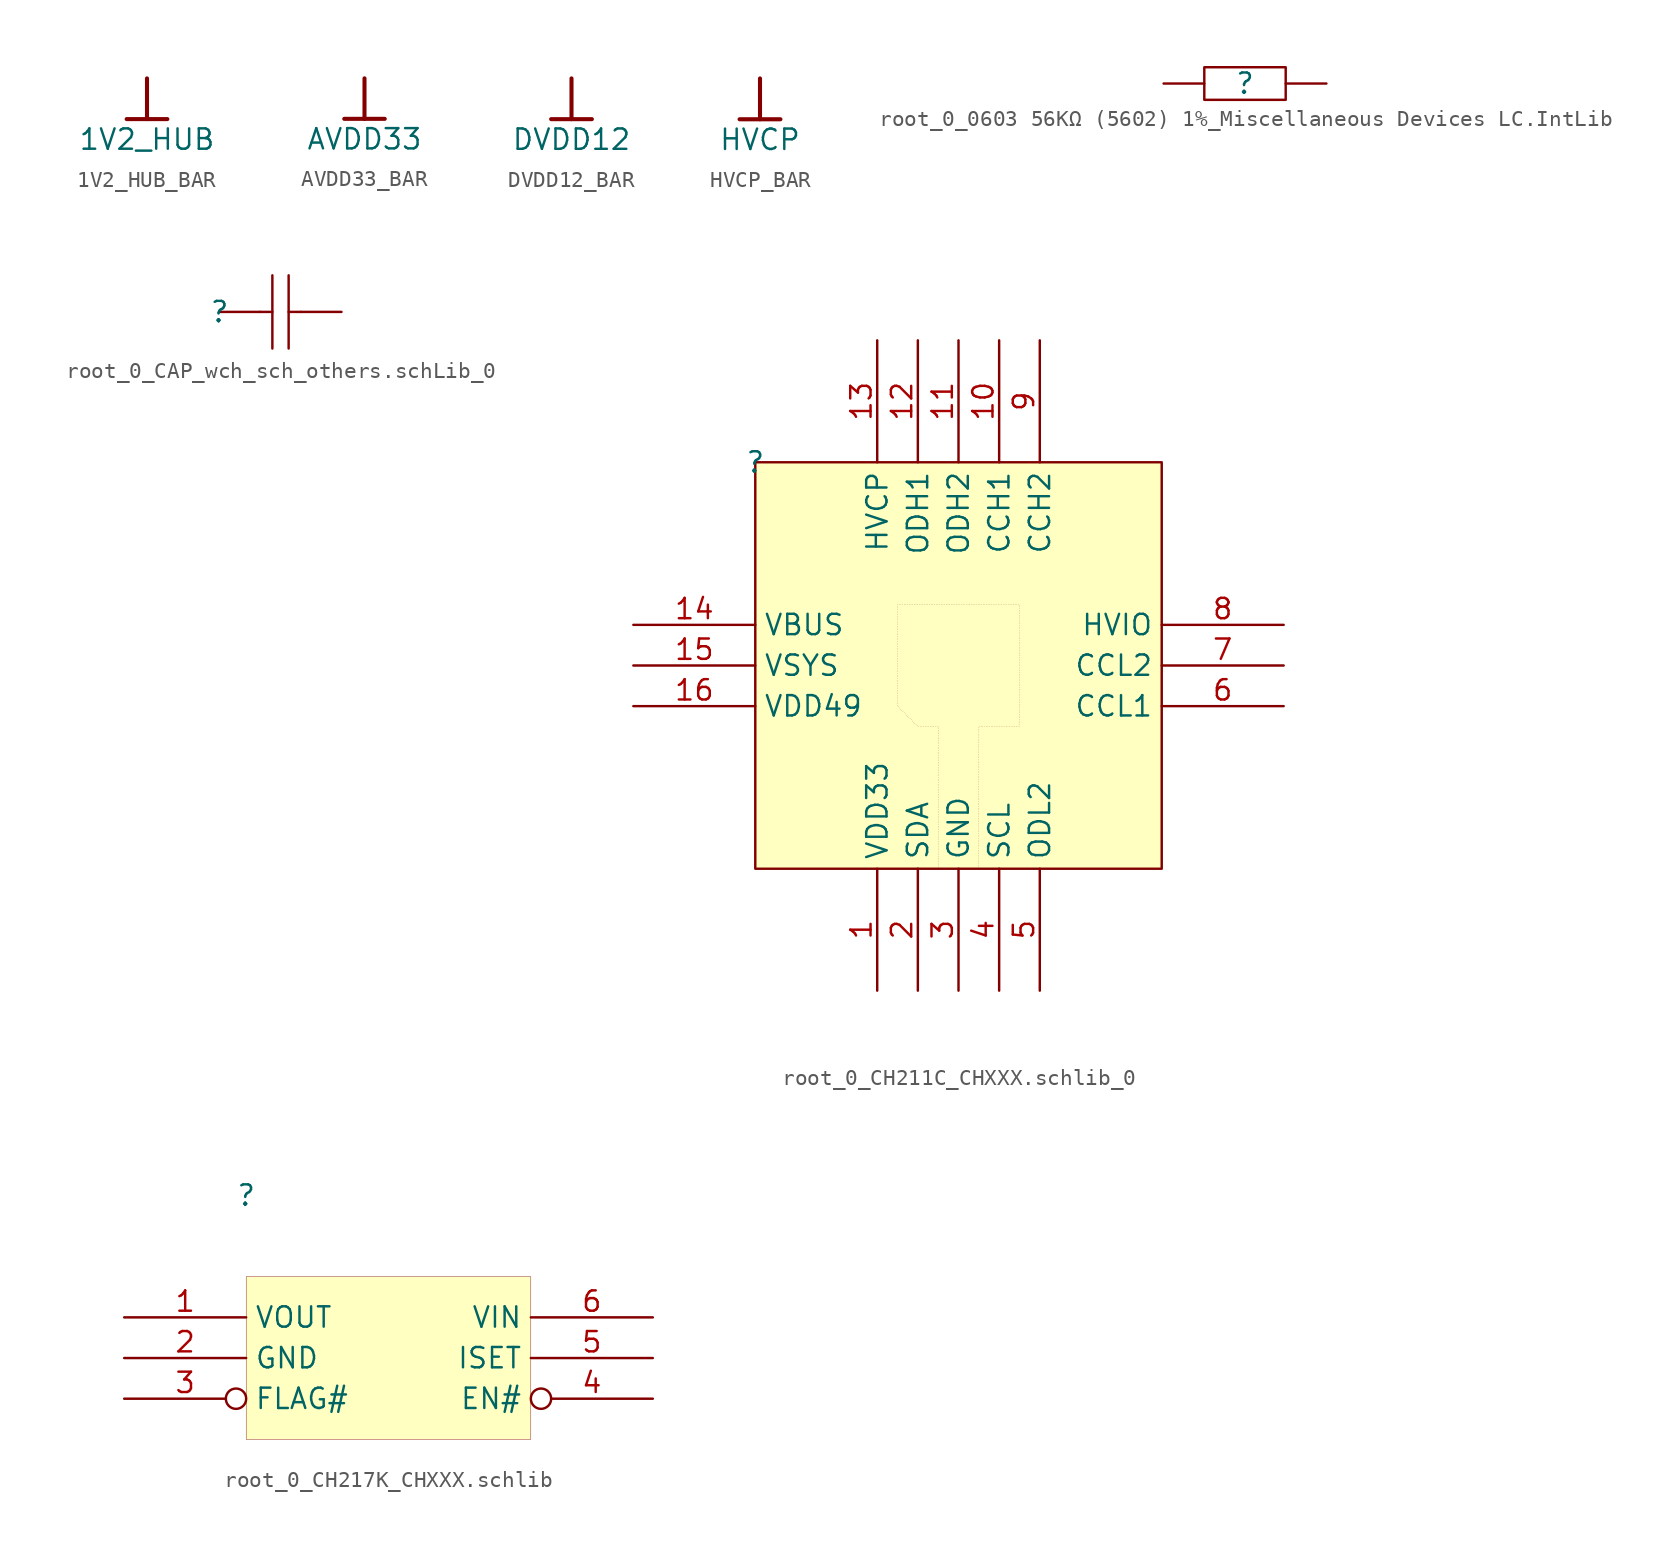
<source format=kicad_sym>
(kicad_symbol_lib
  (version 20241209)
  (generator "kicad_symbol_editor")
  (generator_version "9.0")
  (symbol "1V2_HUB_BAR"
    (power)
    (property "Reference" "#PWR"
      (at 0 0 0)
      (effects (font (size 1.27 1.27)) (hide yes)))
    (property "Value" "1V2_HUB"
      (at 0 -3.81 0)
      (effects (font (size 1.27 1.27))))
    (symbol "1V2_HUB_BAR_0_0"
      (polyline (pts (xy -1.27 -2.54) (xy 1.27 -2.54)) (stroke (width 0.254) (type solid)) (fill (type none)))
      (polyline (pts (xy 0 0) (xy 0 -2.54)) (stroke (width 0.254) (type solid)) (fill (type none)))
      (pin power_in line (at 0 0 0) (length 0) (hide yes) (name "1V2_HUB" (effects (font (size 1.27 1.27)))) (number "" (effects (font (size 1.27 1.27)))))))
  (symbol "AVDD33_BAR"
    (power)
    (property "Reference" "#PWR"
      (at 0 0 0)
      (effects (font (size 1.27 1.27)) (hide yes)))
    (property "Value" "AVDD33"
      (at 0 -3.81 0)
      (effects (font (size 1.27 1.27))))
    (symbol "AVDD33_BAR_0_0"
      (polyline (pts (xy -1.27 -2.54) (xy 1.27 -2.54)) (stroke (width 0.254) (type solid)) (fill (type none)))
      (polyline (pts (xy 0 0) (xy 0 -2.54)) (stroke (width 0.254) (type solid)) (fill (type none)))
      (pin power_in line (at 0 0 0) (length 0) (hide yes) (name "AVDD33" (effects (font (size 1.27 1.27)))) (number "" (effects (font (size 1.27 1.27)))))))
  (symbol "DVDD12_BAR"
    (power)
    (property "Reference" "#PWR"
      (at 0 0 0)
      (effects (font (size 1.27 1.27)) (hide yes)))
    (property "Value" "DVDD12"
      (at 0 -3.81 0)
      (effects (font (size 1.27 1.27))))
    (symbol "DVDD12_BAR_0_0"
      (polyline (pts (xy -1.27 -2.54) (xy 1.27 -2.54)) (stroke (width 0.254) (type solid)) (fill (type none)))
      (polyline (pts (xy 0 0) (xy 0 -2.54)) (stroke (width 0.254) (type solid)) (fill (type none)))
      (pin power_in line (at 0 0 0) (length 0) (hide yes) (name "DVDD12" (effects (font (size 1.27 1.27)))) (number "" (effects (font (size 1.27 1.27)))))))
  (symbol "HVCP_BAR"
    (power)
    (property "Reference" "#PWR"
      (at 0 0 0)
      (effects (font (size 1.27 1.27)) (hide yes)))
    (property "Value" "HVCP"
      (at 0 -3.81 0)
      (effects (font (size 1.27 1.27))))
    (symbol "HVCP_BAR_0_0"
      (polyline (pts (xy -1.27 -2.54) (xy 1.27 -2.54)) (stroke (width 0.254) (type solid)) (fill (type none)))
      (polyline (pts (xy 0 0) (xy 0 -2.54)) (stroke (width 0.254) (type solid)) (fill (type none)))
      (pin power_in line (at 0 0 0) (length 0) (hide yes) (name "HVCP" (effects (font (size 1.27 1.27)))) (number "" (effects (font (size 1.27 1.27)))))))
  (symbol "root_0_0603 56KΩ (5602) 1%_Miscellaneous Devices LC.IntLib"
    (pin_numbers
      (hide yes))
    (pin_names
      (hide yes))
    (property "Reference" ""
      (at 0 0 0)
      (effects (font (size 1.27 1.27))))
    (property "Value" ""
      (at 0 0 0)
      (effects (font (size 1.27 1.27))))
    (symbol "root_0_0603 56KΩ (5602) 1%_Miscellaneous Devices LC.IntLib_1_0"
      (rectangle (start 2.54 1.016) (end -2.54 -1.016) (stroke (width 0) (type solid)) (fill (type none)))
      (pin passive line (at -5.08 0 0) (length 2.54) (name "1" (effects (font (size 1.27 1.27)))) (number "1" (effects (font (size 1.27 1.27)))))
      (pin passive line (at 5.08 0 180) (length 2.54) (name "2" (effects (font (size 1.27 1.27)))) (number "2" (effects (font (size 1.27 1.27)))))))
  (symbol "root_0_CAP_wch_sch_others.schLib_0"
    (pin_numbers
      (hide yes))
    (pin_names
      (hide yes))
    (property "Reference" ""
      (at 0 0 0)
      (effects (font (size 1.27 1.27))))
    (property "Value" ""
      (at 0 0 0)
      (effects (font (size 1.27 1.27))))
    (symbol "root_0_CAP_wch_sch_others.schLib_0_1_0"
      (polyline (pts (xy 2.54 0) (xy 3.302 0)) (stroke (width 0) (type solid)) (fill (type none)))
      (polyline (pts (xy 3.302 -2.286) (xy 3.302 2.286)) (stroke (width 0) (type solid)) (fill (type none)))
      (polyline (pts (xy 4.318 0) (xy 5.08 0)) (stroke (width 0) (type solid)) (fill (type none)))
      (polyline (pts (xy 4.318 -2.286) (xy 4.318 2.286)) (stroke (width 0) (type solid)) (fill (type none)))
      (pin passive line (at 0 0 0) (length 2.54) (name "1" (effects (font (size 1.27 1.27)))) (number "1" (effects (font (size 1.27 1.27)))))
      (pin passive line (at 7.62 0 180) (length 2.54) (name "2" (effects (font (size 1.27 1.27)))) (number "2" (effects (font (size 1.27 1.27)))))))
  (symbol "root_0_CH211C_CHXXX.schlib_0"
    (property "Reference" ""
      (at 0 0 0)
      (effects (font (size 1.27 1.27))))
    (property "Value" ""
      (at 0 0 0)
      (effects (font (size 1.27 1.27))))
    (symbol "root_0_CH211C_CHXXX.schlib_0_1_0"
      (polyline (pts (xy 13.97 -25.4) (xy 13.97 -16.51) (xy 16.51 -16.51) (xy 16.51 -8.89) (xy 8.89 -8.89) (xy 8.89 -15.24) (xy 10.16 -16.51) (xy 11.43 -16.51) (xy 11.43 -25.4)) (stroke (width 0.025) (type dot)) (fill (type none)))
      (rectangle (start 25.4 0) (end 0 -25.4) (stroke (width 0) (type solid) (color 128 0 0 1)) (fill (type background)))
      (pin power_in line (at -7.62 -10.16 0) (length 7.62) (name "VBUS" (effects (font (size 1.27 1.27)))) (number "14" (effects (font (size 1.27 1.27)))))
      (pin power_in line (at -7.62 -12.7 0) (length 7.62) (name "VSYS" (effects (font (size 1.27 1.27)))) (number "15" (effects (font (size 1.27 1.27)))))
      (pin power_in line (at -7.62 -15.24 0) (length 7.62) (name "VDD49" (effects (font (size 1.27 1.27)))) (number "16" (effects (font (size 1.27 1.27)))))
      (pin output line (at 7.62 7.62 270) (length 7.62) (name "HVCP" (effects (font (size 1.27 1.27)))) (number "13" (effects (font (size 1.27 1.27)))))
      (pin power_in line (at 7.62 -33.02 90) (length 7.62) (name "VDD33" (effects (font (size 1.27 1.27)))) (number "1" (effects (font (size 1.27 1.27)))))
      (pin bidirectional line (at 10.16 7.62 270) (length 7.62) (name "ODH1" (effects (font (size 1.27 1.27)))) (number "12" (effects (font (size 1.27 1.27)))))
      (pin bidirectional line (at 10.16 -33.02 90) (length 7.62) (name "SDA" (effects (font (size 1.27 1.27)))) (number "2" (effects (font (size 1.27 1.27)))))
      (pin bidirectional line (at 12.7 7.62 270) (length 7.62) (name "ODH2" (effects (font (size 1.27 1.27)))) (number "11" (effects (font (size 1.27 1.27)))))
      (pin power_in line (at 12.7 -33.02 90) (length 7.62) (name "GND" (effects (font (size 1.27 1.27)))) (number "3" (effects (font (size 1.27 1.27)))))
      (pin bidirectional line (at 15.24 7.62 270) (length 7.62) (name "CCH1" (effects (font (size 1.27 1.27)))) (number "10" (effects (font (size 1.27 1.27)))))
      (pin bidirectional line (at 15.24 -33.02 90) (length 7.62) (name "SCL" (effects (font (size 1.27 1.27)))) (number "4" (effects (font (size 1.27 1.27)))))
      (pin bidirectional line (at 17.78 7.62 270) (length 7.62) (name "CCH2" (effects (font (size 1.27 1.27)))) (number "9" (effects (font (size 1.27 1.27)))))
      (pin bidirectional line (at 17.78 -33.02 90) (length 7.62) (name "ODL2" (effects (font (size 1.27 1.27)))) (number "5" (effects (font (size 1.27 1.27)))))
      (pin bidirectional line (at 33.02 -10.16 180) (length 7.62) (name "HVIO" (effects (font (size 1.27 1.27)))) (number "8" (effects (font (size 1.27 1.27)))))
      (pin bidirectional line (at 33.02 -12.7 180) (length 7.62) (name "CCL2" (effects (font (size 1.27 1.27)))) (number "7" (effects (font (size 1.27 1.27)))))
      (pin bidirectional line (at 33.02 -15.24 180) (length 7.62) (name "CCL1" (effects (font (size 1.27 1.27)))) (number "6" (effects (font (size 1.27 1.27)))))))
  (symbol "root_0_CH217K_CHXXX.schlib"
    (property "Reference" ""
      (at 0 0 0)
      (effects (font (size 1.27 1.27))))
    (property "Value" ""
      (at 0 0 0)
      (effects (font (size 1.27 1.27))))
    (symbol "root_0_CH217K_CHXXX.schlib_1_0"
      (rectangle (start 17.78 -5.08) (end 0 -15.24) (stroke (width 0.025) (type solid) (color 128 0 0 1)) (fill (type background)))
      (pin power_in line (at -7.62 -7.62 0) (length 7.62) (name "VOUT" (effects (font (size 1.27 1.27)))) (number "1" (effects (font (size 1.27 1.27)))))
      (pin power_in line (at -7.62 -10.16 0) (length 7.62) (name "GND" (effects (font (size 1.27 1.27)))) (number "2" (effects (font (size 1.27 1.27)))))
      (pin passive inverted (at -7.62 -12.7 0) (length 7.62) (name "FLAG#" (effects (font (size 1.27 1.27)))) (number "3" (effects (font (size 1.27 1.27)))))
      (pin power_in line (at 25.4 -7.62 180) (length 7.62) (name "VIN" (effects (font (size 1.27 1.27)))) (number "6" (effects (font (size 1.27 1.27)))))
      (pin passive line (at 25.4 -10.16 180) (length 7.62) (name "ISET" (effects (font (size 1.27 1.27)))) (number "5" (effects (font (size 1.27 1.27)))))
      (pin passive inverted (at 25.4 -12.7 180) (length 7.62) (name "EN#" (effects (font (size 1.27 1.27)))) (number "4" (effects (font (size 1.27 1.27))))))))
</source>
